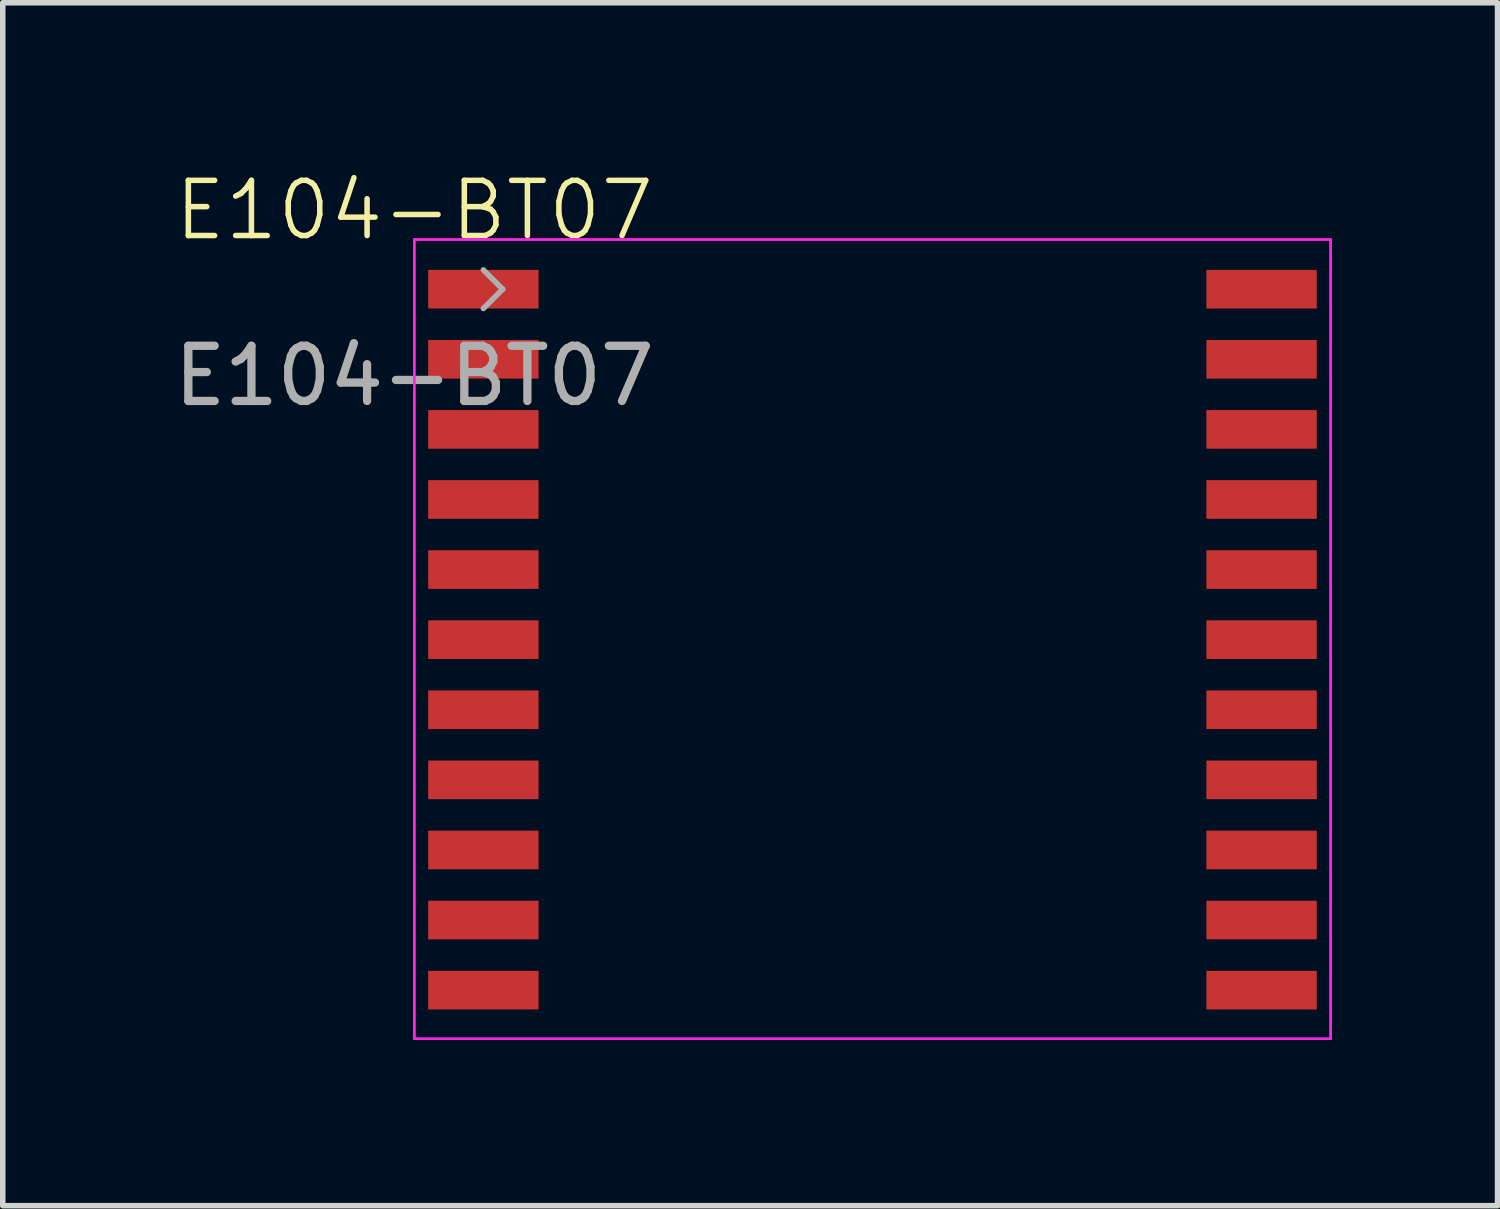
<source format=kicad_pcb>
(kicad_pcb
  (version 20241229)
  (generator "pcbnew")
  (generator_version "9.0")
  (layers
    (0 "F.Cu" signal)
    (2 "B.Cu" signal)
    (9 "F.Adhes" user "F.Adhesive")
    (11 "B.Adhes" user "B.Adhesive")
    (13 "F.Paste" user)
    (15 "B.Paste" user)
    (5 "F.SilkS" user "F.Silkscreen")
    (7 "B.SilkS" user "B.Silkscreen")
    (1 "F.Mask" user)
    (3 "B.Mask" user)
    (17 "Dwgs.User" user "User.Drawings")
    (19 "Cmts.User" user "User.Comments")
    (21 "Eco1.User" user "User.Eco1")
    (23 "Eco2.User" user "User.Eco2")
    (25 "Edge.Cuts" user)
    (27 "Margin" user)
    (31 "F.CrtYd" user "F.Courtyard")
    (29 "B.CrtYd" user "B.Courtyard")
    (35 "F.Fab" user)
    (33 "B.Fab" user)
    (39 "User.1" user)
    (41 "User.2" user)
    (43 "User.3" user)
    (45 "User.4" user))
  (footprint "E104-BT07"
    (layer "F.Cu")
    (at 4.458 1.27)
    (property "Reference" "E104-BT07" (at 0 -0.51 0) (unlocked yes) (layer "F.SilkS") (effects (font (size 1 1) (thickness 0.1))))
    (attr smd)
    (fp_line (start 0 0.02) (end 16.6 0.02) (stroke (width 0.05) (type solid)) (layer "F.CrtYd"))
    (fp_line (start 0 14.5) (end 0 0.02) (stroke (width 0.05) (type solid)) (layer "F.CrtYd"))
    (fp_line (start 16.6 0.02) (end 16.6 14.5) (stroke (width 0.05) (type solid)) (layer "F.CrtYd"))
    (fp_line (start 16.6 14.5) (end 0 14.5) (stroke (width 0.05) (type solid)) (layer "F.CrtYd"))
    (fp_line (start 1.25 0.57) (end 1.6 0.92) (stroke (width 0.1) (type solid)) (layer "F.Fab"))
    (fp_line (start 1.6 0.92) (end 1.25 1.27) (stroke (width 0.1) (type solid)) (layer "F.Fab"))
    (fp_text user "${REFERENCE}" (at 0 2.49 0) (unlocked yes) (layer "F.Fab") (effects (font (size 1 1) (thickness 0.15))))
    (pad "1" smd rect (at 1.25 0.92 270) (size 0.7 2) (layers "F.Cu" "F.Mask" "F.Paste"))
    (pad "2" smd rect (at 1.25 2.19 270) (size 0.7 2) (layers "F.Cu" "F.Mask" "F.Paste"))
    (pad "3" smd rect (at 1.25 3.46 270) (size 0.7 2) (layers "F.Cu" "F.Mask" "F.Paste"))
    (pad "4" smd rect (at 1.25 4.73 270) (size 0.7 2) (layers "F.Cu" "F.Mask" "F.Paste"))
    (pad "5" smd rect (at 1.25 6 270) (size 0.7 2) (layers "F.Cu" "F.Mask" "F.Paste"))
    (pad "6" smd rect (at 1.25 7.27 270) (size 0.7 2) (layers "F.Cu" "F.Mask" "F.Paste"))
    (pad "7" smd rect (at 1.25 8.54 270) (size 0.7 2) (layers "F.Cu" "F.Mask" "F.Paste"))
    (pad "8" smd rect (at 1.25 9.81 270) (size 0.7 2) (layers "F.Cu" "F.Mask" "F.Paste"))
    (pad "9" smd rect (at 1.25 11.08 270) (size 0.7 2) (layers "F.Cu" "F.Mask" "F.Paste"))
    (pad "10" smd rect (at 1.25 12.35 270) (size 0.7 2) (layers "F.Cu" "F.Mask" "F.Paste"))
    (pad "11" smd rect (at 1.25 13.62 270) (size 0.7 2) (layers "F.Cu" "F.Mask" "F.Paste"))
    (pad "12" smd rect (at 15.35 13.62 270) (size 0.7 2) (layers "F.Cu" "F.Mask" "F.Paste"))
    (pad "13" smd rect (at 15.35 12.35 270) (size 0.7 2) (layers "F.Cu" "F.Mask" "F.Paste"))
    (pad "14" smd rect (at 15.35 11.08 270) (size 0.7 2) (layers "F.Cu" "F.Mask" "F.Paste"))
    (pad "15" smd rect (at 15.35 9.81 270) (size 0.7 2) (layers "F.Cu" "F.Mask" "F.Paste"))
    (pad "16" smd rect (at 15.35 8.54 270) (size 0.7 2) (layers "F.Cu" "F.Mask" "F.Paste"))
    (pad "17" smd rect (at 15.35 7.27 270) (size 0.7 2) (layers "F.Cu" "F.Mask" "F.Paste"))
    (pad "18" smd rect (at 15.35 6 270) (size 0.7 2) (layers "F.Cu" "F.Mask" "F.Paste"))
    (pad "19" smd rect (at 15.35 4.73 270) (size 0.7 2) (layers "F.Cu" "F.Mask" "F.Paste"))
    (pad "20" smd rect (at 15.35 3.46 270) (size 0.7 2) (layers "F.Cu" "F.Mask" "F.Paste"))
    (pad "21" smd rect (at 15.35 2.19 270) (size 0.7 2) (layers "F.Cu" "F.Mask" "F.Paste"))
    (pad "22" smd rect (at 15.35 0.92 270) (size 0.7 2) (layers "F.Cu" "F.Mask" "F.Paste")))
  (gr_rect
    (start -3 -3)
    (end 24.083 18.796)
    (stroke (width 0.1) (type default))
    (fill no)
    (layer "Edge.Cuts")))
</source>
